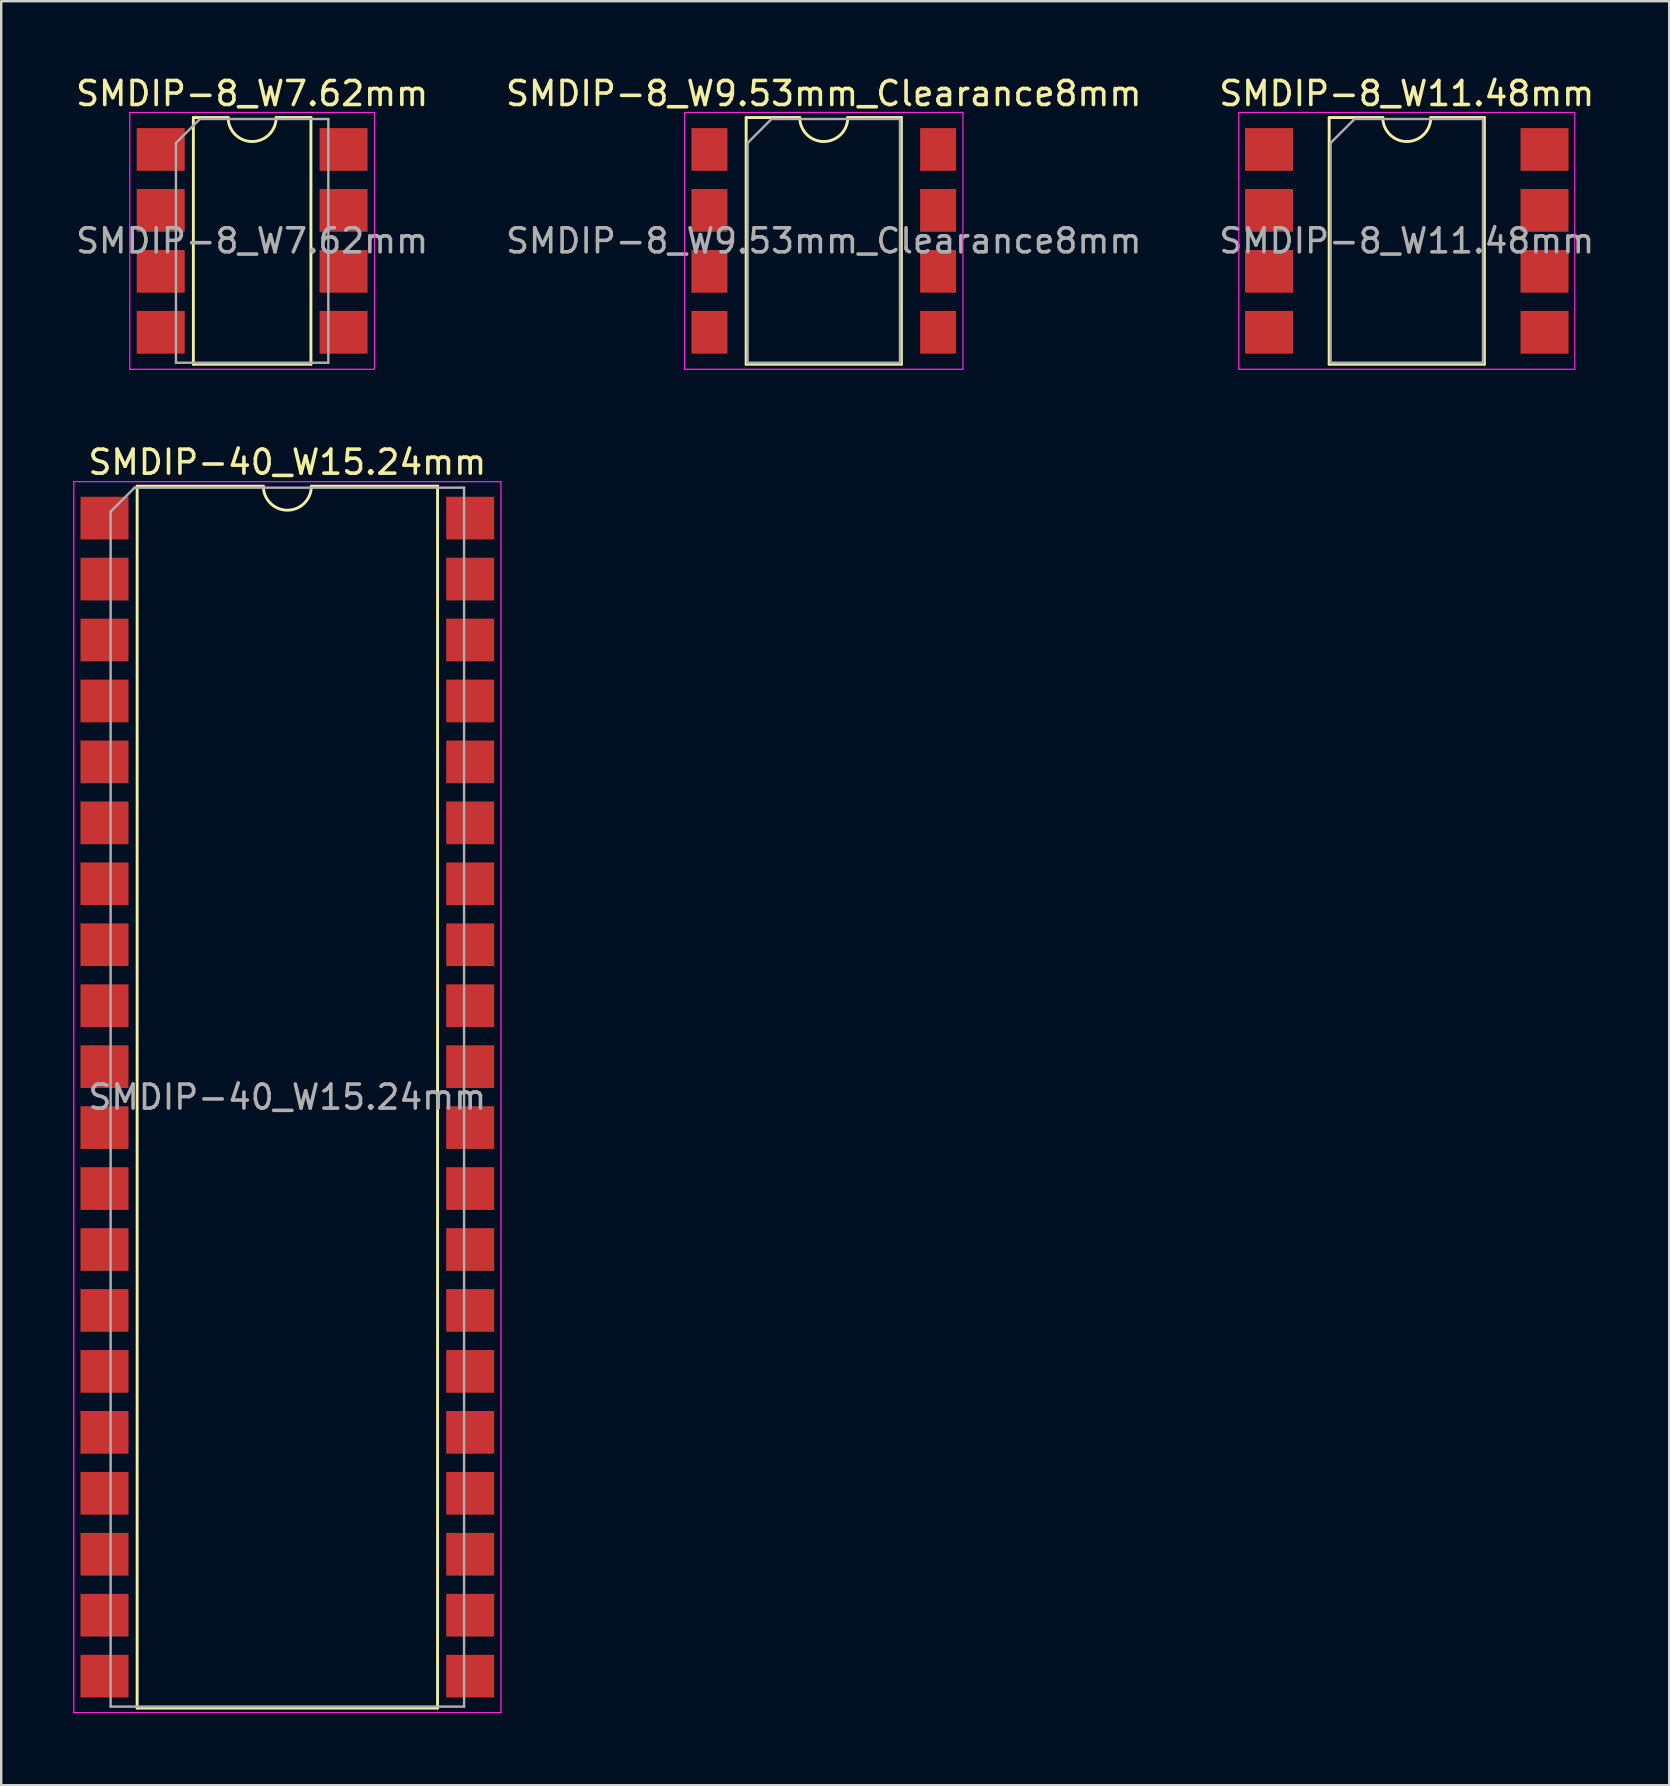
<source format=kicad_pcb>
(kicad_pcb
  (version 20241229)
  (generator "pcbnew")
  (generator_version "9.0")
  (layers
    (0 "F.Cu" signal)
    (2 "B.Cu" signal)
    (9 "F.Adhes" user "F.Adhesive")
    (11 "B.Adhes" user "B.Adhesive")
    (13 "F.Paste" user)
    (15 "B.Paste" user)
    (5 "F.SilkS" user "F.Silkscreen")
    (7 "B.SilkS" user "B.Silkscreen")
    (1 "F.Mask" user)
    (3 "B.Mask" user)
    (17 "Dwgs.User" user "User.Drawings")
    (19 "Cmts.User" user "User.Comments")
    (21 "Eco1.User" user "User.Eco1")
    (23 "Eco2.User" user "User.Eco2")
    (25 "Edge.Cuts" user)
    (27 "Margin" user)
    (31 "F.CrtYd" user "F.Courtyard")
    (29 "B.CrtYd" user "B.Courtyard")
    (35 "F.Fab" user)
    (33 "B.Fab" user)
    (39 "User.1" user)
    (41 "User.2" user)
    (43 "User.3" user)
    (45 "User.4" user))
  (footprint "SMDIP-8_W9.53mm_Clearance8mm"
    (layer "F.Cu")
    (at 31.28 6.988)
    (property "Reference" "SMDIP-8_W9.53mm_Clearance8mm" (at 0 -6.14 0) (layer "F.SilkS") (effects (font (size 1 1) (thickness 0.15))))
    (attr smd)
    (fp_line (start -3.235 -5.14) (end -3.235 5.14) (stroke (width 0.12) (type solid)) (layer "F.SilkS"))
    (fp_line (start -3.235 5.14) (end 3.235 5.14) (stroke (width 0.12) (type solid)) (layer "F.SilkS"))
    (fp_line (start -1 -5.14) (end -3.235 -5.14) (stroke (width 0.12) (type solid)) (layer "F.SilkS"))
    (fp_line (start 3.235 -5.14) (end 1 -5.14) (stroke (width 0.12) (type solid)) (layer "F.SilkS"))
    (fp_line (start 3.235 5.14) (end 3.235 -5.14) (stroke (width 0.12) (type solid)) (layer "F.SilkS"))
    (fp_arc (start 1 -5.14) (mid 0 -4.14) (end -1 -5.14) (stroke (width 0.12) (type solid)) (layer "F.SilkS"))
    (fp_line (start -5.8 -5.35) (end -5.8 5.35) (stroke (width 0.05) (type solid)) (layer "F.CrtYd"))
    (fp_line (start -5.8 5.35) (end 5.8 5.35) (stroke (width 0.05) (type solid)) (layer "F.CrtYd"))
    (fp_line (start 5.8 -5.35) (end -5.8 -5.35) (stroke (width 0.05) (type solid)) (layer "F.CrtYd"))
    (fp_line (start 5.8 5.35) (end 5.8 -5.35) (stroke (width 0.05) (type solid)) (layer "F.CrtYd"))
    (fp_line (start -3.175 -4.08) (end -2.175 -5.08) (stroke (width 0.1) (type solid)) (layer "F.Fab"))
    (fp_line (start -3.175 5.08) (end -3.175 -4.08) (stroke (width 0.1) (type solid)) (layer "F.Fab"))
    (fp_line (start -2.175 -5.08) (end 3.175 -5.08) (stroke (width 0.1) (type solid)) (layer "F.Fab"))
    (fp_line (start 3.175 -5.08) (end 3.175 5.08) (stroke (width 0.1) (type solid)) (layer "F.Fab"))
    (fp_line (start 3.175 5.08) (end -3.175 5.08) (stroke (width 0.1) (type solid)) (layer "F.Fab"))
    (fp_text user "${REFERENCE}" (at 0 0 0) (layer "F.Fab") (effects (font (size 1 1) (thickness 0.15))))
    (pad "1" smd rect (at -4.765 -3.81) (size 1.5 1.78) (layers "F.Cu" "F.Mask" "F.Paste"))
    (pad "2" smd rect (at -4.765 -1.27) (size 1.5 1.78) (layers "F.Cu" "F.Mask" "F.Paste"))
    (pad "3" smd rect (at -4.765 1.27) (size 1.5 1.78) (layers "F.Cu" "F.Mask" "F.Paste"))
    (pad "4" smd rect (at -4.765 3.81) (size 1.5 1.78) (layers "F.Cu" "F.Mask" "F.Paste"))
    (pad "5" smd rect (at 4.765 3.81) (size 1.5 1.78) (layers "F.Cu" "F.Mask" "F.Paste"))
    (pad "6" smd rect (at 4.765 1.27) (size 1.5 1.78) (layers "F.Cu" "F.Mask" "F.Paste"))
    (pad "7" smd rect (at 4.765 -1.27) (size 1.5 1.78) (layers "F.Cu" "F.Mask" "F.Paste"))
    (pad "8" smd rect (at 4.765 -3.81) (size 1.5 1.78) (layers "F.Cu" "F.Mask" "F.Paste")))
  (footprint "SMDIP-40_W15.24mm"
    (layer "F.Cu")
    (at 8.925 42.672)
    (property "Reference" "SMDIP-40_W15.24mm" (at 0 -26.46 0) (layer "F.SilkS") (effects (font (size 1 1) (thickness 0.15))))
    (attr smd)
    (fp_line (start -6.26 -25.46) (end -6.26 25.46) (stroke (width 0.12) (type solid)) (layer "F.SilkS"))
    (fp_line (start -6.26 25.46) (end 6.26 25.46) (stroke (width 0.12) (type solid)) (layer "F.SilkS"))
    (fp_line (start -1 -25.46) (end -6.26 -25.46) (stroke (width 0.12) (type solid)) (layer "F.SilkS"))
    (fp_line (start 6.26 -25.46) (end 1 -25.46) (stroke (width 0.12) (type solid)) (layer "F.SilkS"))
    (fp_line (start 6.26 25.46) (end 6.26 -25.46) (stroke (width 0.12) (type solid)) (layer "F.SilkS"))
    (fp_arc (start 1 -25.46) (mid 0 -24.46) (end -1 -25.46) (stroke (width 0.12) (type solid)) (layer "F.SilkS"))
    (fp_line (start -8.9 -25.65) (end -8.9 25.65) (stroke (width 0.05) (type solid)) (layer "F.CrtYd"))
    (fp_line (start -8.9 25.65) (end 8.9 25.65) (stroke (width 0.05) (type solid)) (layer "F.CrtYd"))
    (fp_line (start 8.9 -25.65) (end -8.9 -25.65) (stroke (width 0.05) (type solid)) (layer "F.CrtYd"))
    (fp_line (start 8.9 25.65) (end 8.9 -25.65) (stroke (width 0.05) (type solid)) (layer "F.CrtYd"))
    (fp_line (start -7.365 -24.4) (end -6.365 -25.4) (stroke (width 0.1) (type solid)) (layer "F.Fab"))
    (fp_line (start -7.365 25.4) (end -7.365 -24.4) (stroke (width 0.1) (type solid)) (layer "F.Fab"))
    (fp_line (start -6.365 -25.4) (end 7.365 -25.4) (stroke (width 0.1) (type solid)) (layer "F.Fab"))
    (fp_line (start 7.365 -25.4) (end 7.365 25.4) (stroke (width 0.1) (type solid)) (layer "F.Fab"))
    (fp_line (start 7.365 25.4) (end -7.365 25.4) (stroke (width 0.1) (type solid)) (layer "F.Fab"))
    (fp_text user "${REFERENCE}" (at 0 0 0) (layer "F.Fab") (effects (font (size 1 1) (thickness 0.15))))
    (pad "1" smd rect (at -7.62 -24.13) (size 2 1.78) (layers "F.Cu" "F.Mask" "F.Paste"))
    (pad "2" smd rect (at -7.62 -21.59) (size 2 1.78) (layers "F.Cu" "F.Mask" "F.Paste"))
    (pad "3" smd rect (at -7.62 -19.05) (size 2 1.78) (layers "F.Cu" "F.Mask" "F.Paste"))
    (pad "4" smd rect (at -7.62 -16.51) (size 2 1.78) (layers "F.Cu" "F.Mask" "F.Paste"))
    (pad "5" smd rect (at -7.62 -13.97) (size 2 1.78) (layers "F.Cu" "F.Mask" "F.Paste"))
    (pad "6" smd rect (at -7.62 -11.43) (size 2 1.78) (layers "F.Cu" "F.Mask" "F.Paste"))
    (pad "7" smd rect (at -7.62 -8.89) (size 2 1.78) (layers "F.Cu" "F.Mask" "F.Paste"))
    (pad "8" smd rect (at -7.62 -6.35) (size 2 1.78) (layers "F.Cu" "F.Mask" "F.Paste"))
    (pad "9" smd rect (at -7.62 -3.81) (size 2 1.78) (layers "F.Cu" "F.Mask" "F.Paste"))
    (pad "10" smd rect (at -7.62 -1.27) (size 2 1.78) (layers "F.Cu" "F.Mask" "F.Paste"))
    (pad "11" smd rect (at -7.62 1.27) (size 2 1.78) (layers "F.Cu" "F.Mask" "F.Paste"))
    (pad "12" smd rect (at -7.62 3.81) (size 2 1.78) (layers "F.Cu" "F.Mask" "F.Paste"))
    (pad "13" smd rect (at -7.62 6.35) (size 2 1.78) (layers "F.Cu" "F.Mask" "F.Paste"))
    (pad "14" smd rect (at -7.62 8.89) (size 2 1.78) (layers "F.Cu" "F.Mask" "F.Paste"))
    (pad "15" smd rect (at -7.62 11.43) (size 2 1.78) (layers "F.Cu" "F.Mask" "F.Paste"))
    (pad "16" smd rect (at -7.62 13.97) (size 2 1.78) (layers "F.Cu" "F.Mask" "F.Paste"))
    (pad "17" smd rect (at -7.62 16.51) (size 2 1.78) (layers "F.Cu" "F.Mask" "F.Paste"))
    (pad "18" smd rect (at -7.62 19.05) (size 2 1.78) (layers "F.Cu" "F.Mask" "F.Paste"))
    (pad "19" smd rect (at -7.62 21.59) (size 2 1.78) (layers "F.Cu" "F.Mask" "F.Paste"))
    (pad "20" smd rect (at -7.62 24.13) (size 2 1.78) (layers "F.Cu" "F.Mask" "F.Paste"))
    (pad "21" smd rect (at 7.62 24.13) (size 2 1.78) (layers "F.Cu" "F.Mask" "F.Paste"))
    (pad "22" smd rect (at 7.62 21.59) (size 2 1.78) (layers "F.Cu" "F.Mask" "F.Paste"))
    (pad "23" smd rect (at 7.62 19.05) (size 2 1.78) (layers "F.Cu" "F.Mask" "F.Paste"))
    (pad "24" smd rect (at 7.62 16.51) (size 2 1.78) (layers "F.Cu" "F.Mask" "F.Paste"))
    (pad "25" smd rect (at 7.62 13.97) (size 2 1.78) (layers "F.Cu" "F.Mask" "F.Paste"))
    (pad "26" smd rect (at 7.62 11.43) (size 2 1.78) (layers "F.Cu" "F.Mask" "F.Paste"))
    (pad "27" smd rect (at 7.62 8.89) (size 2 1.78) (layers "F.Cu" "F.Mask" "F.Paste"))
    (pad "28" smd rect (at 7.62 6.35) (size 2 1.78) (layers "F.Cu" "F.Mask" "F.Paste"))
    (pad "29" smd rect (at 7.62 3.81) (size 2 1.78) (layers "F.Cu" "F.Mask" "F.Paste"))
    (pad "30" smd rect (at 7.62 1.27) (size 2 1.78) (layers "F.Cu" "F.Mask" "F.Paste"))
    (pad "31" smd rect (at 7.62 -1.27) (size 2 1.78) (layers "F.Cu" "F.Mask" "F.Paste"))
    (pad "32" smd rect (at 7.62 -3.81) (size 2 1.78) (layers "F.Cu" "F.Mask" "F.Paste"))
    (pad "33" smd rect (at 7.62 -6.35) (size 2 1.78) (layers "F.Cu" "F.Mask" "F.Paste"))
    (pad "34" smd rect (at 7.62 -8.89) (size 2 1.78) (layers "F.Cu" "F.Mask" "F.Paste"))
    (pad "35" smd rect (at 7.62 -11.43) (size 2 1.78) (layers "F.Cu" "F.Mask" "F.Paste"))
    (pad "36" smd rect (at 7.62 -13.97) (size 2 1.78) (layers "F.Cu" "F.Mask" "F.Paste"))
    (pad "37" smd rect (at 7.62 -16.51) (size 2 1.78) (layers "F.Cu" "F.Mask" "F.Paste"))
    (pad "38" smd rect (at 7.62 -19.05) (size 2 1.78) (layers "F.Cu" "F.Mask" "F.Paste"))
    (pad "39" smd rect (at 7.62 -21.59) (size 2 1.78) (layers "F.Cu" "F.Mask" "F.Paste"))
    (pad "40" smd rect (at 7.62 -24.13) (size 2 1.78) (layers "F.Cu" "F.Mask" "F.Paste")))
  (footprint "SMDIP-8_W11.48mm"
    (layer "F.Cu")
    (at 55.577 6.988)
    (property "Reference" "SMDIP-8_W11.48mm" (at 0 -6.14 0) (layer "F.SilkS") (effects (font (size 1 1) (thickness 0.15))))
    (attr smd)
    (fp_line (start -3.235 -5.14) (end -3.235 5.14) (stroke (width 0.12) (type solid)) (layer "F.SilkS"))
    (fp_line (start -3.235 5.14) (end 3.235 5.14) (stroke (width 0.12) (type solid)) (layer "F.SilkS"))
    (fp_line (start -1 -5.14) (end -3.235 -5.14) (stroke (width 0.12) (type solid)) (layer "F.SilkS"))
    (fp_line (start 3.235 -5.14) (end 1 -5.14) (stroke (width 0.12) (type solid)) (layer "F.SilkS"))
    (fp_line (start 3.235 5.14) (end 3.235 -5.14) (stroke (width 0.12) (type solid)) (layer "F.SilkS"))
    (fp_arc (start 1 -5.14) (mid 0 -4.14) (end -1 -5.14) (stroke (width 0.12) (type solid)) (layer "F.SilkS"))
    (fp_line (start -7 -5.35) (end -7 5.35) (stroke (width 0.05) (type solid)) (layer "F.CrtYd"))
    (fp_line (start -7 5.35) (end 7 5.35) (stroke (width 0.05) (type solid)) (layer "F.CrtYd"))
    (fp_line (start 7 -5.35) (end -7 -5.35) (stroke (width 0.05) (type solid)) (layer "F.CrtYd"))
    (fp_line (start 7 5.35) (end 7 -5.35) (stroke (width 0.05) (type solid)) (layer "F.CrtYd"))
    (fp_line (start -3.175 -4.08) (end -2.175 -5.08) (stroke (width 0.1) (type solid)) (layer "F.Fab"))
    (fp_line (start -3.175 5.08) (end -3.175 -4.08) (stroke (width 0.1) (type solid)) (layer "F.Fab"))
    (fp_line (start -2.175 -5.08) (end 3.175 -5.08) (stroke (width 0.1) (type solid)) (layer "F.Fab"))
    (fp_line (start 3.175 -5.08) (end 3.175 5.08) (stroke (width 0.1) (type solid)) (layer "F.Fab"))
    (fp_line (start 3.175 5.08) (end -3.175 5.08) (stroke (width 0.1) (type solid)) (layer "F.Fab"))
    (fp_text user "${REFERENCE}" (at 0 0 0) (layer "F.Fab") (effects (font (size 1 1) (thickness 0.15))))
    (pad "1" smd rect (at -5.74 -3.81) (size 2 1.78) (layers "F.Cu" "F.Mask" "F.Paste"))
    (pad "2" smd rect (at -5.74 -1.27) (size 2 1.78) (layers "F.Cu" "F.Mask" "F.Paste"))
    (pad "3" smd rect (at -5.74 1.27) (size 2 1.78) (layers "F.Cu" "F.Mask" "F.Paste"))
    (pad "4" smd rect (at -5.74 3.81) (size 2 1.78) (layers "F.Cu" "F.Mask" "F.Paste"))
    (pad "5" smd rect (at 5.74 3.81) (size 2 1.78) (layers "F.Cu" "F.Mask" "F.Paste"))
    (pad "6" smd rect (at 5.74 1.27) (size 2 1.78) (layers "F.Cu" "F.Mask" "F.Paste"))
    (pad "7" smd rect (at 5.74 -1.27) (size 2 1.78) (layers "F.Cu" "F.Mask" "F.Paste"))
    (pad "8" smd rect (at 5.74 -3.81) (size 2 1.78) (layers "F.Cu" "F.Mask" "F.Paste")))
  (footprint "SMDIP-8_W7.62mm"
    (layer "F.Cu")
    (at 7.458 6.988)
    (property "Reference" "SMDIP-8_W7.62mm" (at 0 -6.14 0) (layer "F.SilkS") (effects (font (size 1 1) (thickness 0.15))))
    (attr smd)
    (fp_line (start -2.45 -5.14) (end -2.45 5.14) (stroke (width 0.12) (type solid)) (layer "F.SilkS"))
    (fp_line (start -2.45 5.14) (end 2.45 5.14) (stroke (width 0.12) (type solid)) (layer "F.SilkS"))
    (fp_line (start -1 -5.14) (end -2.45 -5.14) (stroke (width 0.12) (type solid)) (layer "F.SilkS"))
    (fp_line (start 2.45 -5.14) (end 1 -5.14) (stroke (width 0.12) (type solid)) (layer "F.SilkS"))
    (fp_line (start 2.45 5.14) (end 2.45 -5.14) (stroke (width 0.12) (type solid)) (layer "F.SilkS"))
    (fp_arc (start 1 -5.14) (mid 0 -4.14) (end -1 -5.14) (stroke (width 0.12) (type solid)) (layer "F.SilkS"))
    (fp_line (start -5.1 -5.35) (end -5.1 5.35) (stroke (width 0.05) (type solid)) (layer "F.CrtYd"))
    (fp_line (start -5.1 5.35) (end 5.1 5.35) (stroke (width 0.05) (type solid)) (layer "F.CrtYd"))
    (fp_line (start 5.1 -5.35) (end -5.1 -5.35) (stroke (width 0.05) (type solid)) (layer "F.CrtYd"))
    (fp_line (start 5.1 5.35) (end 5.1 -5.35) (stroke (width 0.05) (type solid)) (layer "F.CrtYd"))
    (fp_line (start -3.175 -4.08) (end -2.175 -5.08) (stroke (width 0.1) (type solid)) (layer "F.Fab"))
    (fp_line (start -3.175 5.08) (end -3.175 -4.08) (stroke (width 0.1) (type solid)) (layer "F.Fab"))
    (fp_line (start -2.175 -5.08) (end 3.175 -5.08) (stroke (width 0.1) (type solid)) (layer "F.Fab"))
    (fp_line (start 3.175 -5.08) (end 3.175 5.08) (stroke (width 0.1) (type solid)) (layer "F.Fab"))
    (fp_line (start 3.175 5.08) (end -3.175 5.08) (stroke (width 0.1) (type solid)) (layer "F.Fab"))
    (fp_text user "${REFERENCE}" (at 0 0 0) (layer "F.Fab") (effects (font (size 1 1) (thickness 0.15))))
    (pad "1" smd rect (at -3.81 -3.81) (size 2 1.78) (layers "F.Cu" "F.Mask" "F.Paste"))
    (pad "2" smd rect (at -3.81 -1.27) (size 2 1.78) (layers "F.Cu" "F.Mask" "F.Paste"))
    (pad "3" smd rect (at -3.81 1.27) (size 2 1.78) (layers "F.Cu" "F.Mask" "F.Paste"))
    (pad "4" smd rect (at -3.81 3.81) (size 2 1.78) (layers "F.Cu" "F.Mask" "F.Paste"))
    (pad "5" smd rect (at 3.81 3.81) (size 2 1.78) (layers "F.Cu" "F.Mask" "F.Paste"))
    (pad "6" smd rect (at 3.81 1.27) (size 2 1.78) (layers "F.Cu" "F.Mask" "F.Paste"))
    (pad "7" smd rect (at 3.81 -1.27) (size 2 1.78) (layers "F.Cu" "F.Mask" "F.Paste"))
    (pad "8" smd rect (at 3.81 -3.81) (size 2 1.78) (layers "F.Cu" "F.Mask" "F.Paste")))
  (gr_rect
    (start -3 -3)
    (end 66.512 71.347)
    (stroke (width 0.1) (type default))
    (fill no)
    (layer "Edge.Cuts")))
</source>
